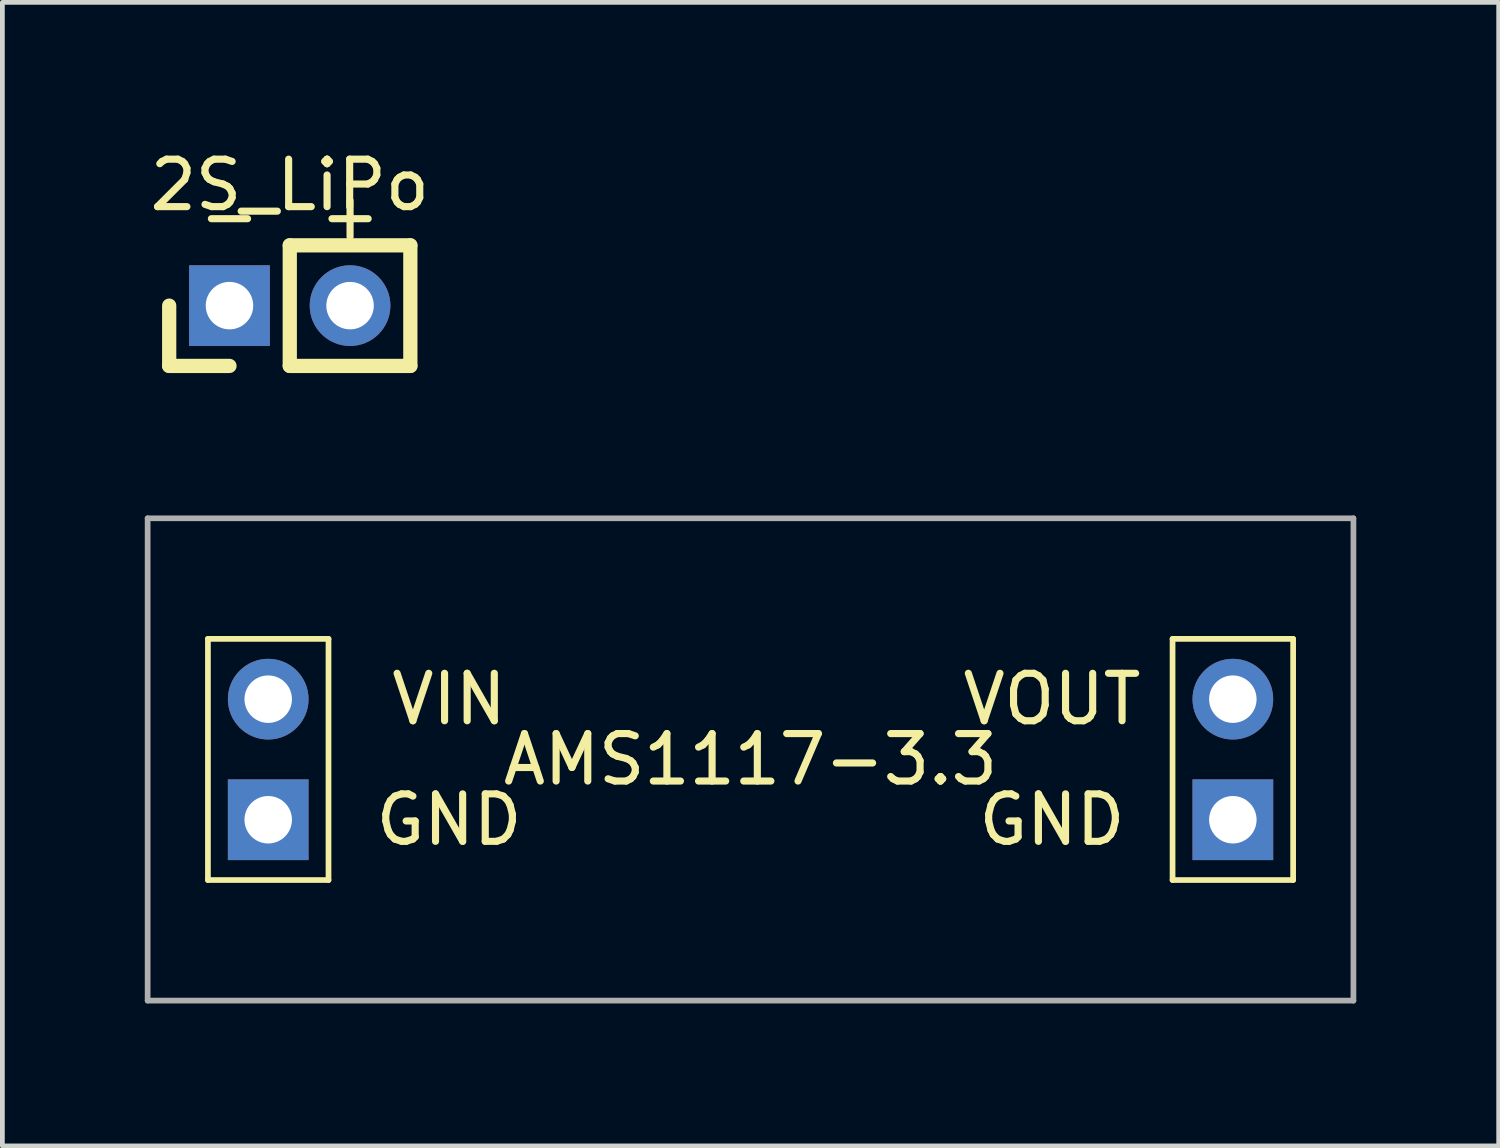
<source format=kicad_pcb>
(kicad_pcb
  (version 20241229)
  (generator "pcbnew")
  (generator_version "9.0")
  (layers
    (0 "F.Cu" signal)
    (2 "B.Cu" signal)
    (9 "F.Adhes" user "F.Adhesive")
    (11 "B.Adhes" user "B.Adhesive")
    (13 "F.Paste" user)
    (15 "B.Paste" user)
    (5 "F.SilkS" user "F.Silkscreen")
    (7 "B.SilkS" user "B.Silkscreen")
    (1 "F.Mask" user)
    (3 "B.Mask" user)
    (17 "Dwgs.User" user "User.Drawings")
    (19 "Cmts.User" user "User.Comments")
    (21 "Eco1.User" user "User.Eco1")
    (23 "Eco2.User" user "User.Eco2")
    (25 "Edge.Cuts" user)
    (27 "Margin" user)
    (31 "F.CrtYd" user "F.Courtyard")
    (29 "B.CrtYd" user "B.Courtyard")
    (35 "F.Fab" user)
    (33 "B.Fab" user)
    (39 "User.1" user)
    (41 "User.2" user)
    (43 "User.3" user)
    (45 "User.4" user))
  (footprint "2S_LiPo"
    (layer "F.Cu")
    (at 3.054 3.388)
    (property "Reference" "2S_LiPo" (at 0 -2.54 0) (layer "F.SilkS") (effects (font (size 1 1) (thickness 0.15))))
    (attr through_hole)
    (fp_line (start -2.54 1.27) (end -2.54 0) (stroke (width 0.3) (type solid)) (layer "F.SilkS"))
    (fp_line (start -1.27 1.27) (end -2.54 1.27) (stroke (width 0.3) (type solid)) (layer "F.SilkS"))
    (fp_line (start 0 -1.27) (end 2.54 -1.27) (stroke (width 0.3) (type solid)) (layer "F.SilkS"))
    (fp_line (start 0 1.27) (end 0 -1.27) (stroke (width 0.3) (type solid)) (layer "F.SilkS"))
    (fp_line (start 2.54 -1.27) (end 2.54 1.27) (stroke (width 0.3) (type solid)) (layer "F.SilkS"))
    (fp_line (start 2.54 1.27) (end 0 1.27) (stroke (width 0.3) (type solid)) (layer "F.SilkS"))
    (fp_text user "-" (at -1.27 -1.905 0) (layer "F.SilkS") (effects (font (size 1 1) (thickness 0.15))))
    (fp_text user "+" (at 1.27 -1.905 0) (layer "F.SilkS") (effects (font (size 1 1) (thickness 0.15))))
    (pad "1" thru_hole oval (at 1.27 0) (size 1.7 1.7) (drill 1) (layers "*.Cu" "*.Mask"))
    (pad "2" thru_hole rect (at -1.27 0) (size 1.7 1.7) (drill 1) (layers "*.Cu" "*.Mask")))
  (footprint "AMS1117-3.3"
    (layer "F.Cu")
    (at 12.76 12.948)
    (property "Reference" "AMS1117-3.3" (at 0 0 0) (layer "F.SilkS") (effects (font (size 1 1) (thickness 0.15))))
    (attr through_hole)
    (fp_line (start -11.43 -2.54) (end -8.89 -2.54) (stroke (width 0.12) (type solid)) (layer "F.SilkS"))
    (fp_line (start -11.43 2.54) (end -11.43 -2.54) (stroke (width 0.12) (type solid)) (layer "F.SilkS"))
    (fp_line (start -8.89 -2.54) (end -8.89 2.54) (stroke (width 0.12) (type solid)) (layer "F.SilkS"))
    (fp_line (start -8.89 2.54) (end -11.43 2.54) (stroke (width 0.12) (type solid)) (layer "F.SilkS"))
    (fp_line (start 8.89 2.54) (end 8.89 -2.54) (stroke (width 0.12) (type solid)) (layer "F.SilkS"))
    (fp_line (start 8.89 2.54) (end 11.43 2.54) (stroke (width 0.12) (type solid)) (layer "F.SilkS"))
    (fp_line (start 11.43 -2.54) (end 8.89 -2.54) (stroke (width 0.12) (type solid)) (layer "F.SilkS"))
    (fp_line (start 11.43 -2.54) (end 11.43 2.54) (stroke (width 0.12) (type solid)) (layer "F.SilkS"))
    (fp_line (start -12.7 -5.08) (end 12.7 -5.08) (stroke (width 0.12) (type solid)) (layer "F.Fab"))
    (fp_line (start -12.7 5.08) (end -12.7 -5.08) (stroke (width 0.12) (type solid)) (layer "F.Fab"))
    (fp_line (start 12.7 -5.08) (end 12.7 5.08) (stroke (width 0.12) (type solid)) (layer "F.Fab"))
    (fp_line (start 12.7 5.08) (end -12.7 5.08) (stroke (width 0.12) (type solid)) (layer "F.Fab"))
    (fp_text user "GND" (at 6.35 1.27 0) (layer "F.SilkS") (effects (font (size 1 1) (thickness 0.15))))
    (fp_text user "GND" (at -6.35 1.27 0) (layer "F.SilkS") (effects (font (size 1 1) (thickness 0.15))))
    (fp_text user "VOUT" (at 6.35 -1.27 0) (layer "F.SilkS") (effects (font (size 1 1) (thickness 0.15))))
    (fp_text user "VIN" (at -6.35 -1.27 0) (layer "F.SilkS") (effects (font (size 1 1) (thickness 0.15))))
    (pad "1" thru_hole circle (at -10.16 -1.27) (size 1.7 1.7) (drill 1) (layers "*.Cu" "*.Mask"))
    (pad "2" thru_hole rect (at -10.16 1.27) (size 1.7 1.7) (drill 1) (layers "*.Cu" "*.Mask"))
    (pad "3" thru_hole circle (at 10.16 -1.27) (size 1.7 1.7) (drill 1) (layers "*.Cu" "*.Mask"))
    (pad "4" thru_hole rect (at 10.16 1.27) (size 1.7 1.7) (drill 1) (layers "*.Cu" "*.Mask")))
  (gr_rect
    (start -3 -3)
    (end 28.52 21.088)
    (stroke (width 0.1) (type default))
    (fill no)
    (layer "Edge.Cuts")))
</source>
